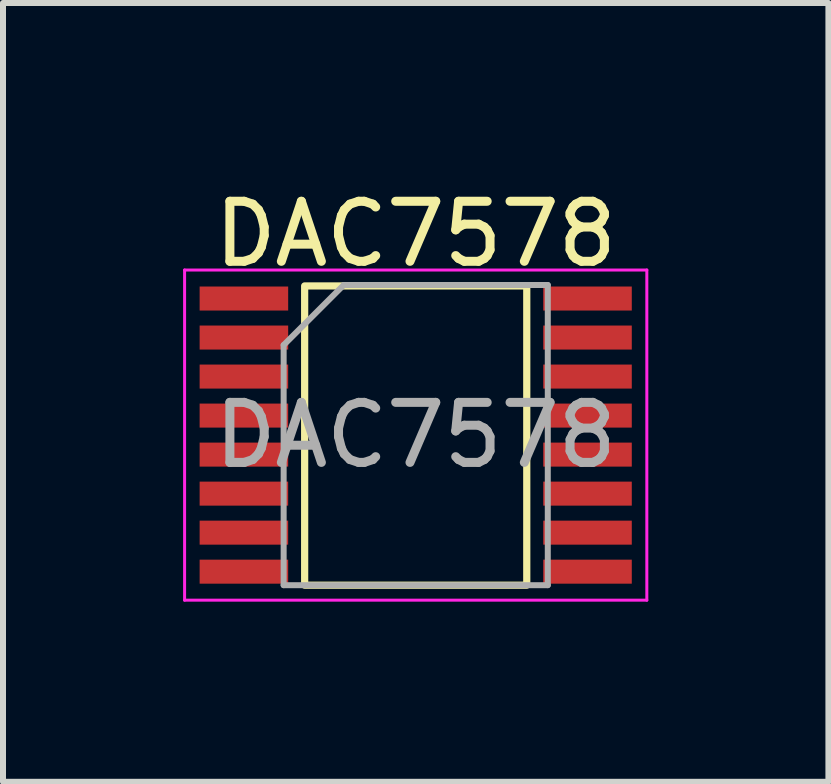
<source format=kicad_pcb>
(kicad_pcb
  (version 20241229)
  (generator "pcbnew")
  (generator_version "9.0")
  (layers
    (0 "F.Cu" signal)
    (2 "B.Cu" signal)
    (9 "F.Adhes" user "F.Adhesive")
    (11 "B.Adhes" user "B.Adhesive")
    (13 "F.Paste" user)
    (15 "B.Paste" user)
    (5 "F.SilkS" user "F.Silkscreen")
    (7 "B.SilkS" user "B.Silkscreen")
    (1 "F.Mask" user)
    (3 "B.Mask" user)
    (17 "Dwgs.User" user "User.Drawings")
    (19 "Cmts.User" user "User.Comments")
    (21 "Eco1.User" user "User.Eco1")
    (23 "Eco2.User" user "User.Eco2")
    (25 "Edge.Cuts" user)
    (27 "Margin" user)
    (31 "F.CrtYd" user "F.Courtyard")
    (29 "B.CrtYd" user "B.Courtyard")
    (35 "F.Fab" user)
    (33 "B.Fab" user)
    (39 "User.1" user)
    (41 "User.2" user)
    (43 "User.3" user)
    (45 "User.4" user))
  (footprint "DAC7578"
    (layer "F.Cu")
    (at 3.875 4.198)
    (property "Reference" "DAC7578" (at 0 -3.35 0) (layer "F.SilkS") (effects (font (size 1 1) (thickness 0.15))))
    (attr smd)
    (fp_rect (start -1.85 -2.485) (end 1.85 2.5) (stroke (width 0.12) (type solid)) (fill no) (layer "F.SilkS"))
    (fp_line (start -3.85 -2.75) (end -3.85 2.75) (stroke (width 0.05) (type solid)) (layer "F.CrtYd"))
    (fp_line (start -3.85 2.75) (end 3.85 2.75) (stroke (width 0.05) (type solid)) (layer "F.CrtYd"))
    (fp_line (start 3.85 -2.75) (end -3.85 -2.75) (stroke (width 0.05) (type solid)) (layer "F.CrtYd"))
    (fp_line (start 3.85 2.75) (end 3.85 -2.75) (stroke (width 0.05) (type solid)) (layer "F.CrtYd"))
    (fp_line (start -2.2 -1.5) (end -1.2 -2.5) (stroke (width 0.1) (type solid)) (layer "F.Fab"))
    (fp_line (start -2.2 2.5) (end -2.2 -1.5) (stroke (width 0.1) (type solid)) (layer "F.Fab"))
    (fp_line (start -1.2 -2.5) (end 2.2 -2.5) (stroke (width 0.1) (type solid)) (layer "F.Fab"))
    (fp_line (start 2.2 -2.5) (end 2.2 2.5) (stroke (width 0.1) (type solid)) (layer "F.Fab"))
    (fp_line (start 2.2 2.5) (end -2.2 2.5) (stroke (width 0.1) (type solid)) (layer "F.Fab"))
    (fp_text user "${REFERENCE}" (at 0 0 0) (layer "F.Fab") (effects (font (size 1 1) (thickness 0.15))))
    (pad "1" smd rect (at -2.862 -2.275) (size 1.475 0.4) (layers "F.Cu" "F.Mask" "F.Paste"))
    (pad "2" smd rect (at -2.862 -1.625) (size 1.475 0.4) (layers "F.Cu" "F.Mask" "F.Paste"))
    (pad "3" smd rect (at -2.862 -0.975) (size 1.475 0.4) (layers "F.Cu" "F.Mask" "F.Paste"))
    (pad "4" smd rect (at -2.862 -0.325) (size 1.475 0.4) (layers "F.Cu" "F.Mask" "F.Paste"))
    (pad "5" smd rect (at -2.862 0.325) (size 1.475 0.4) (layers "F.Cu" "F.Mask" "F.Paste"))
    (pad "6" smd rect (at -2.862 0.975) (size 1.475 0.4) (layers "F.Cu" "F.Mask" "F.Paste"))
    (pad "7" smd rect (at -2.862 1.625) (size 1.475 0.4) (layers "F.Cu" "F.Mask" "F.Paste"))
    (pad "8" smd rect (at -2.862 2.275) (size 1.475 0.4) (layers "F.Cu" "F.Mask" "F.Paste"))
    (pad "9" smd rect (at 2.862 2.275) (size 1.475 0.4) (layers "F.Cu" "F.Mask" "F.Paste"))
    (pad "10" smd rect (at 2.862 1.625) (size 1.475 0.4) (layers "F.Cu" "F.Mask" "F.Paste"))
    (pad "11" smd rect (at 2.862 0.975) (size 1.475 0.4) (layers "F.Cu" "F.Mask" "F.Paste"))
    (pad "12" smd rect (at 2.862 0.325) (size 1.475 0.4) (layers "F.Cu" "F.Mask" "F.Paste"))
    (pad "13" smd rect (at 2.862 -0.325) (size 1.475 0.4) (layers "F.Cu" "F.Mask" "F.Paste"))
    (pad "14" smd rect (at 2.862 -0.975) (size 1.475 0.4) (layers "F.Cu" "F.Mask" "F.Paste"))
    (pad "15" smd rect (at 2.862 -1.625) (size 1.475 0.4) (layers "F.Cu" "F.Mask" "F.Paste"))
    (pad "16" smd rect (at 2.862 -2.275) (size 1.475 0.4) (layers "F.Cu" "F.Mask" "F.Paste")))
  (gr_rect
    (start -3 -3)
    (end 10.75 9.973)
    (stroke (width 0.1) (type default))
    (fill no)
    (layer "Edge.Cuts")))
</source>
